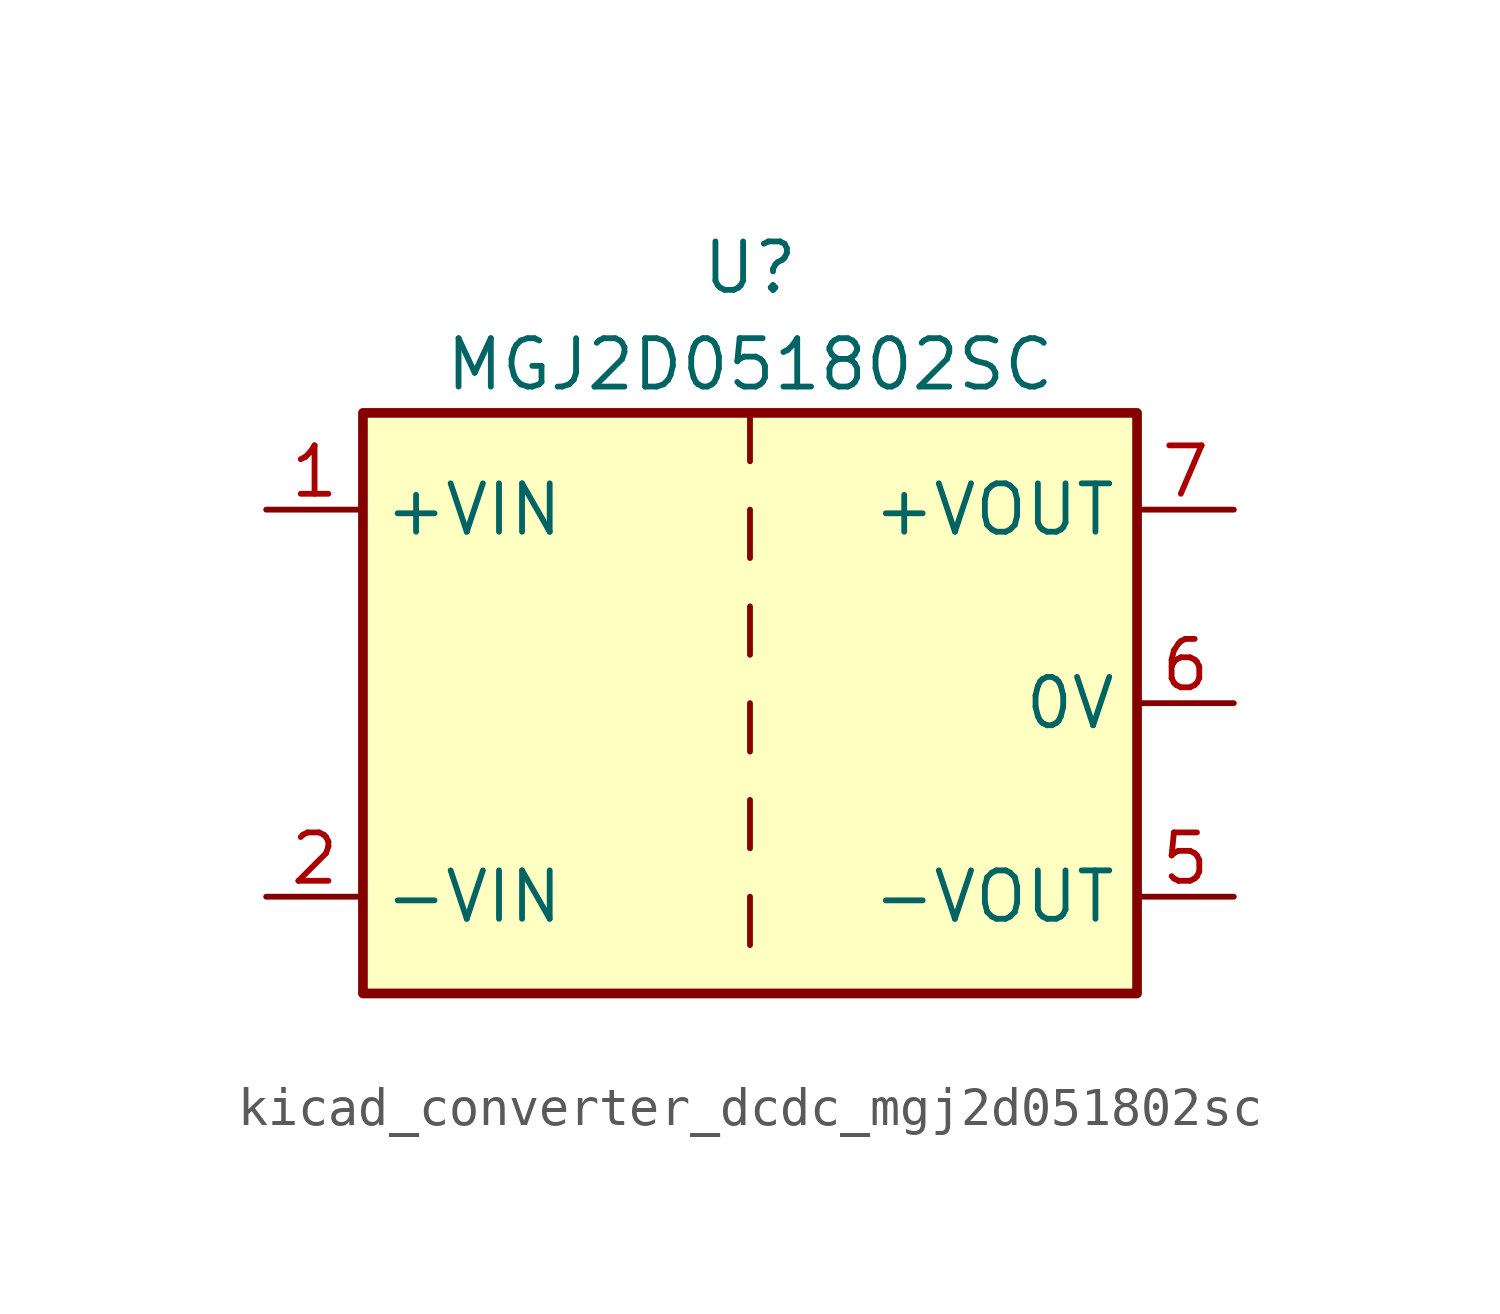
<source format=kicad_sym>
(kicad_symbol_lib
  (version 20220914)
  (generator kicad_symbol_editor)
  (symbol "kicad_converter_dcdc_mgj2d051802sc"
    (property "Reference" "U"
      (at 0 11.43 0)
      (effects (font (size 1.27 1.27))))
    (property "Value" "MGJ2D051802SC"
      (at 0 8.89 0)
      (effects (font (size 1.27 1.27))))
    (symbol "kicad_converter_dcdc_mgj2d051802sc_0_1"
      (rectangle (start -10.16 7.62) (end 10.16 -7.62) (stroke (width 0.254) (type default)) (fill (type background)))
      (polyline (pts (xy 0 -5.08) (xy 0 -6.35)) (stroke (width 0) (type default)) (fill (type none)))
      (polyline (pts (xy 0 -2.54) (xy 0 -3.81)) (stroke (width 0) (type default)) (fill (type none)))
      (polyline (pts (xy 0 0) (xy 0 -1.27)) (stroke (width 0) (type default)) (fill (type none)))
      (polyline (pts (xy 0 2.54) (xy 0 1.27)) (stroke (width 0) (type default)) (fill (type none)))
      (polyline (pts (xy 0 5.08) (xy 0 3.81)) (stroke (width 0) (type default)) (fill (type none)))
      (polyline (pts (xy 0 7.62) (xy 0 6.35)) (stroke (width 0) (type default)) (fill (type none))))
    (symbol "kicad_converter_dcdc_mgj2d051802sc_1_1"
      (pin power_in line (at -12.7 5.08 0) (length 2.54) (name "+VIN" (effects (font (size 1.27 1.27)))) (number "1" (effects (font (size 1.27 1.27)))))
      (pin power_in line (at -12.7 -5.08 0) (length 2.54) (name "-VIN" (effects (font (size 1.27 1.27)))) (number "2" (effects (font (size 1.27 1.27)))))
      (pin power_out line (at 12.7 -5.08 180) (length 2.54) (name "-VOUT" (effects (font (size 1.27 1.27)))) (number "5" (effects (font (size 1.27 1.27)))))
      (pin power_out line (at 12.7 0 180) (length 2.54) (name "0V" (effects (font (size 1.27 1.27)))) (number "6" (effects (font (size 1.27 1.27)))))
      (pin power_out line (at 12.7 5.08 180) (length 2.54) (name "+VOUT" (effects (font (size 1.27 1.27)))) (number "7" (effects (font (size 1.27 1.27))))))))
</source>
